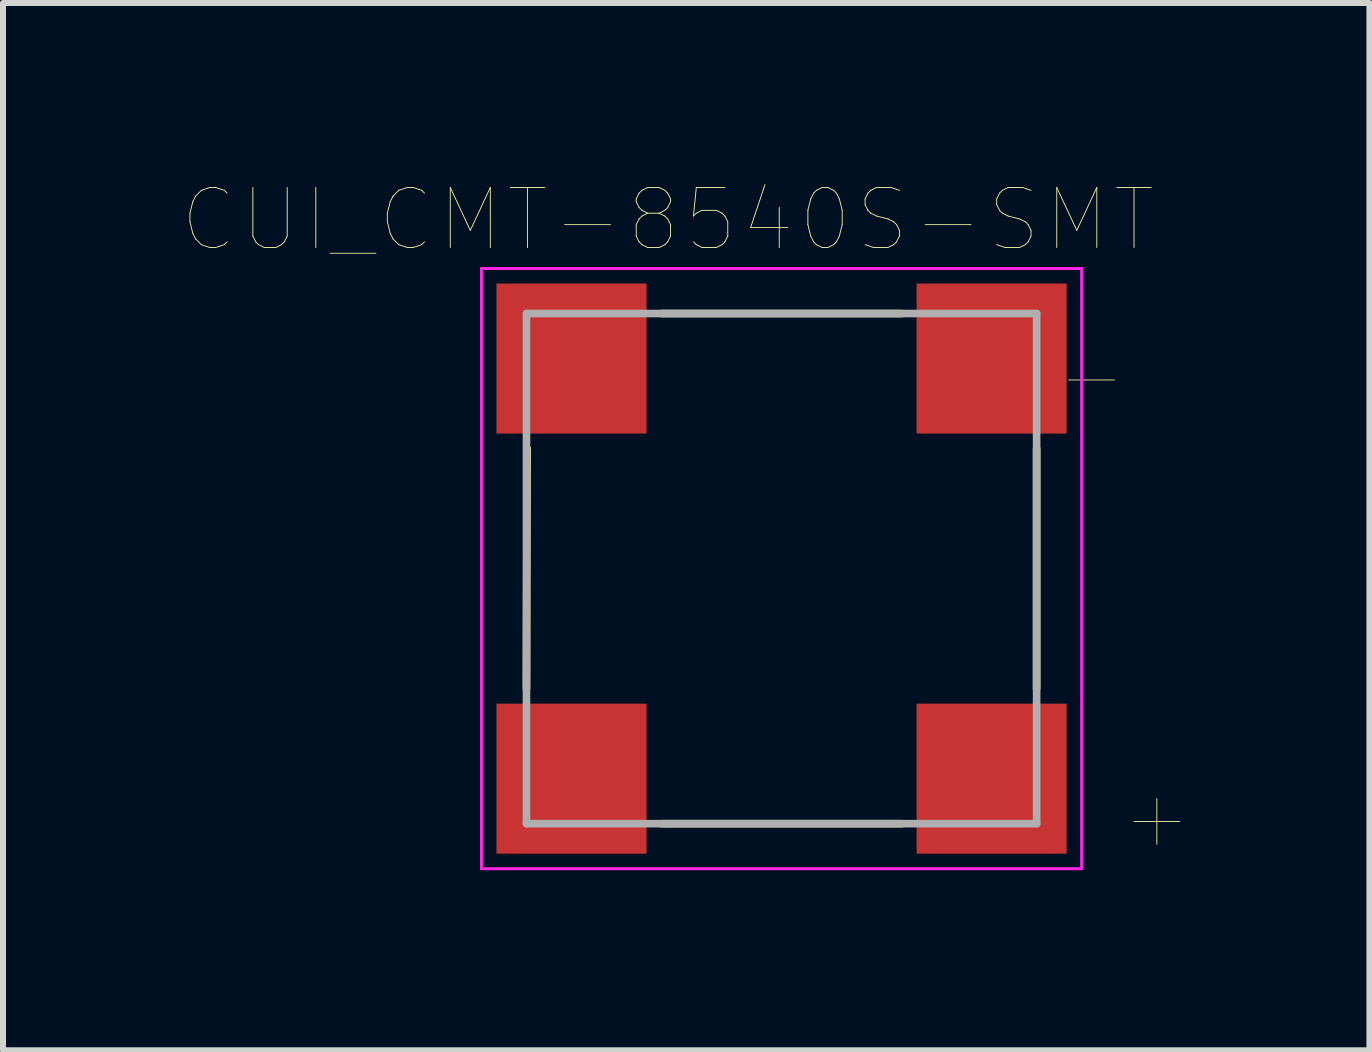
<source format=kicad_pcb>
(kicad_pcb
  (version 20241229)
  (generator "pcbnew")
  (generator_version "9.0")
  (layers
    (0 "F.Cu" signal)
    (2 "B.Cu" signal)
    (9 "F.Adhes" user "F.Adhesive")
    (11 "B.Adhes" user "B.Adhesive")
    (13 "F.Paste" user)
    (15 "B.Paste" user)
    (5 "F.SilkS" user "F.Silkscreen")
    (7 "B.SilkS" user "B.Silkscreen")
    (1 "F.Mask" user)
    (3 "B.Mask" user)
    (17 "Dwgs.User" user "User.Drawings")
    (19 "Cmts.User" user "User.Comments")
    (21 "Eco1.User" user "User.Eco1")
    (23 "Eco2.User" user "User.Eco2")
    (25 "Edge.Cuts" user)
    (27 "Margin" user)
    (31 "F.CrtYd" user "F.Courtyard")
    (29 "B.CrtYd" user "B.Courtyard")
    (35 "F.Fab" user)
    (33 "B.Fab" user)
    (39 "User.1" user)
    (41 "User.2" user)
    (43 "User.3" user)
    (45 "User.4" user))
  (footprint "CUI_CMT-8540S-SMT"
    (layer "F.Cu")
    (at 9.972 6.424)
    (property "Reference" "CUI_CMT-8540S-SMT" (at -1.897 -5.812 0) (layer "F.SilkS") (effects (font (size 1.001 1.001) (thickness 0.015))))
    (attr through_hole)
    (fp_line (start -4.24 -2) (end -4.25 2) (stroke (width 0.127) (type solid)) (layer "F.SilkS"))
    (fp_line (start -2 -4.25) (end 2 -4.25) (stroke (width 0.127) (type solid)) (layer "F.SilkS"))
    (fp_line (start 2 4.25) (end -2 4.25) (stroke (width 0.127) (type solid)) (layer "F.SilkS"))
    (fp_line (start 4.25 -2) (end 4.25 2) (stroke (width 0.127) (type solid)) (layer "F.SilkS"))
    (fp_line (start -5 -5) (end -5 5) (stroke (width 0.05) (type solid)) (layer "F.CrtYd"))
    (fp_line (start 5 -5) (end -5 -5) (stroke (width 0.05) (type solid)) (layer "F.CrtYd"))
    (fp_line (start 5 -5) (end 5 5) (stroke (width 0.05) (type solid)) (layer "F.CrtYd"))
    (fp_line (start 5 5) (end -5 5) (stroke (width 0.05) (type solid)) (layer "F.CrtYd"))
    (fp_line (start -4.25 -4.25) (end 4.25 -4.25) (stroke (width 0.127) (type solid)) (layer "F.Fab"))
    (fp_line (start -4.25 4.25) (end -4.25 -4.25) (stroke (width 0.127) (type solid)) (layer "F.Fab"))
    (fp_line (start 4.25 -4.25) (end 4.25 4.25) (stroke (width 0.127) (type solid)) (layer "F.Fab"))
    (fp_line (start 4.25 4.25) (end -4.25 4.25) (stroke (width 0.127) (type solid)) (layer "F.Fab"))
    (fp_text user "-" (at 5.166 -3.224 0) (layer "F.SilkS") (effects (font (size 1.001 1.001) (thickness 0.015))))
    (fp_text user "+" (at 6.253 4.132 0) (layer "F.SilkS") (effects (font (size 1 1) (thickness 0.015))))
    (pad "1" smd rect (at -3.5 -3.5) (size 2.5 2.5) (layers "F.Cu" "F.Mask" "F.Paste"))
    (pad "2" smd rect (at -3.5 3.5) (size 2.5 2.5) (layers "F.Cu" "F.Mask" "F.Paste"))
    (pad "N" smd rect (at 3.5 -3.5) (size 2.5 2.5) (layers "F.Cu" "F.Mask" "F.Paste"))
    (pad "P" smd rect (at 3.5 3.5) (size 2.5 2.5) (layers "F.Cu" "F.Mask" "F.Paste")))
  (gr_rect
    (start -3 -3)
    (end 19.767 14.449)
    (stroke (width 0.1) (type default))
    (fill no)
    (layer "Edge.Cuts")))
</source>
